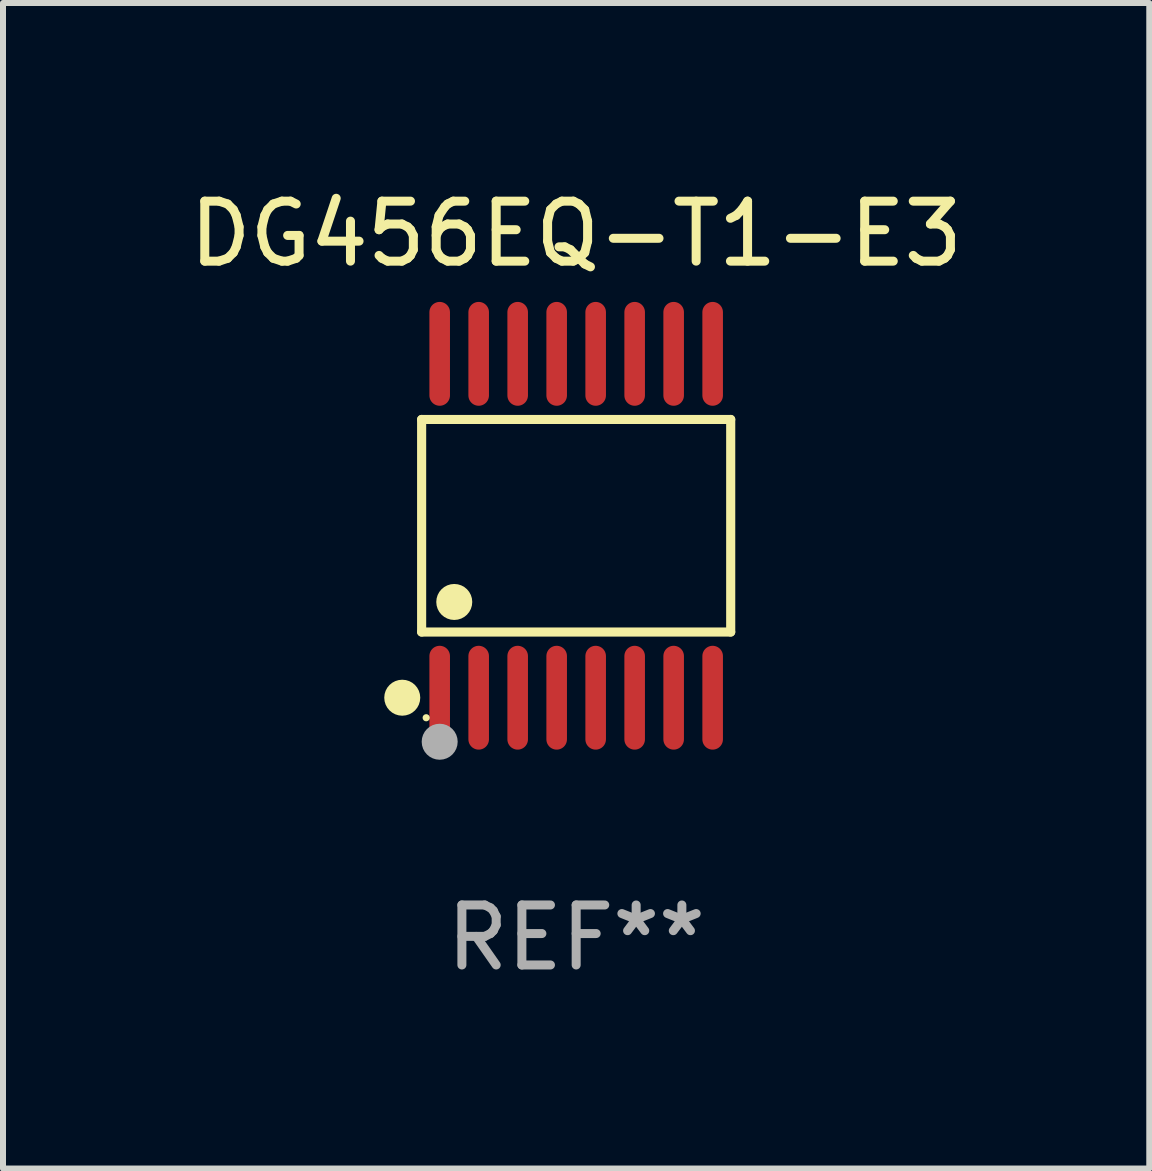
<source format=kicad_pcb>
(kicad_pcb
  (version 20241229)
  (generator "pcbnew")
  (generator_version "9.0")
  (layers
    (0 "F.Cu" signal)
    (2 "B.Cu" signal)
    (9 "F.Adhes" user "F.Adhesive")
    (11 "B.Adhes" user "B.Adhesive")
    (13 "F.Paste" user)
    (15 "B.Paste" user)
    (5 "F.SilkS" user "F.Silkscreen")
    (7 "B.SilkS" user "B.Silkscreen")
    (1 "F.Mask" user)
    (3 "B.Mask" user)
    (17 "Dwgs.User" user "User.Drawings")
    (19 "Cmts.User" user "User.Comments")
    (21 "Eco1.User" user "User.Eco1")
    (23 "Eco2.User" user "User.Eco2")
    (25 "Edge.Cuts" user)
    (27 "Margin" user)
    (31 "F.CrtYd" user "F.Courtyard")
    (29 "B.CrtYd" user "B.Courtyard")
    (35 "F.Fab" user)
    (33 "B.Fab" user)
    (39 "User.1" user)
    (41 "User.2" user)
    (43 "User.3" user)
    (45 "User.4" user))
  (footprint "DG456EQ-T1-E3"
    (layer "F.Cu")
    (at 6.554 5.714)
    (property "Reference" "DG456EQ-T1-E3" (at 0 -4.866 0) (layer "F.SilkS") (effects (font (size 1 1) (thickness 0.15))))
    (attr through_hole)
    (fp_line (start -2.576 -1.772) (end 2.576 -1.772) (stroke (width 0.152) (type solid)) (layer "F.SilkS"))
    (fp_line (start -2.576 1.771) (end -2.576 -1.772) (stroke (width 0.152) (type solid)) (layer "F.SilkS"))
    (fp_line (start 2.576 -1.772) (end 2.576 1.771) (stroke (width 0.152) (type solid)) (layer "F.SilkS"))
    (fp_line (start 2.576 1.771) (end -2.576 1.771) (stroke (width 0.152) (type solid)) (layer "F.SilkS"))
    (fp_circle (center -2.899 2.866) (end -2.749 2.866) (stroke (width 0.3) (type solid)) (fill no) (layer "F.SilkS"))
    (fp_circle (center -2.5 3.2) (end -2.47 3.2) (stroke (width 0.06) (type solid)) (fill no) (layer "F.SilkS"))
    (fp_circle (center -2.032 1.27) (end -1.882 1.27) (stroke (width 0.3) (type solid)) (fill no) (layer "F.SilkS"))
    (fp_circle (center -2.275 3.6) (end -2.125 3.6) (stroke (width 0.3) (type solid)) (fill no) (layer "F.Fab"))
    (fp_text user "REF**" (at 0 6.866 0) (layer "F.Fab") (effects (font (size 1 1) (thickness 0.15))))
    (pad "1" smd oval (at -2.275 2.866) (size 0.343 1.731) (layers "F.Cu" "F.Mask" "F.Paste"))
    (pad "2" smd oval (at -1.625 2.866) (size 0.343 1.731) (layers "F.Cu" "F.Mask" "F.Paste"))
    (pad "3" smd oval (at -0.975 2.866) (size 0.343 1.731) (layers "F.Cu" "F.Mask" "F.Paste"))
    (pad "4" smd oval (at -0.325 2.866) (size 0.343 1.731) (layers "F.Cu" "F.Mask" "F.Paste"))
    (pad "5" smd oval (at 0.325 2.866) (size 0.343 1.731) (layers "F.Cu" "F.Mask" "F.Paste"))
    (pad "6" smd oval (at 0.975 2.866) (size 0.343 1.731) (layers "F.Cu" "F.Mask" "F.Paste"))
    (pad "7" smd oval (at 1.625 2.866) (size 0.343 1.731) (layers "F.Cu" "F.Mask" "F.Paste"))
    (pad "8" smd oval (at 2.275 2.866) (size 0.343 1.731) (layers "F.Cu" "F.Mask" "F.Paste"))
    (pad "9" smd oval (at 2.275 -2.866) (size 0.343 1.731) (layers "F.Cu" "F.Mask" "F.Paste"))
    (pad "10" smd oval (at 1.625 -2.866) (size 0.343 1.731) (layers "F.Cu" "F.Mask" "F.Paste"))
    (pad "11" smd oval (at 0.975 -2.866) (size 0.343 1.731) (layers "F.Cu" "F.Mask" "F.Paste"))
    (pad "12" smd oval (at 0.325 -2.866) (size 0.343 1.731) (layers "F.Cu" "F.Mask" "F.Paste"))
    (pad "13" smd oval (at -0.325 -2.866) (size 0.343 1.731) (layers "F.Cu" "F.Mask" "F.Paste"))
    (pad "14" smd oval (at -0.975 -2.866) (size 0.343 1.731) (layers "F.Cu" "F.Mask" "F.Paste"))
    (pad "15" smd oval (at -1.625 -2.866) (size 0.343 1.731) (layers "F.Cu" "F.Mask" "F.Paste"))
    (pad "16" smd oval (at -2.275 -2.866) (size 0.343 1.731) (layers "F.Cu" "F.Mask" "F.Paste")))
  (gr_rect
    (start -3 -3)
    (end 16.107 16.428)
    (stroke (width 0.1) (type default))
    (fill no)
    (layer "Edge.Cuts")))
</source>
